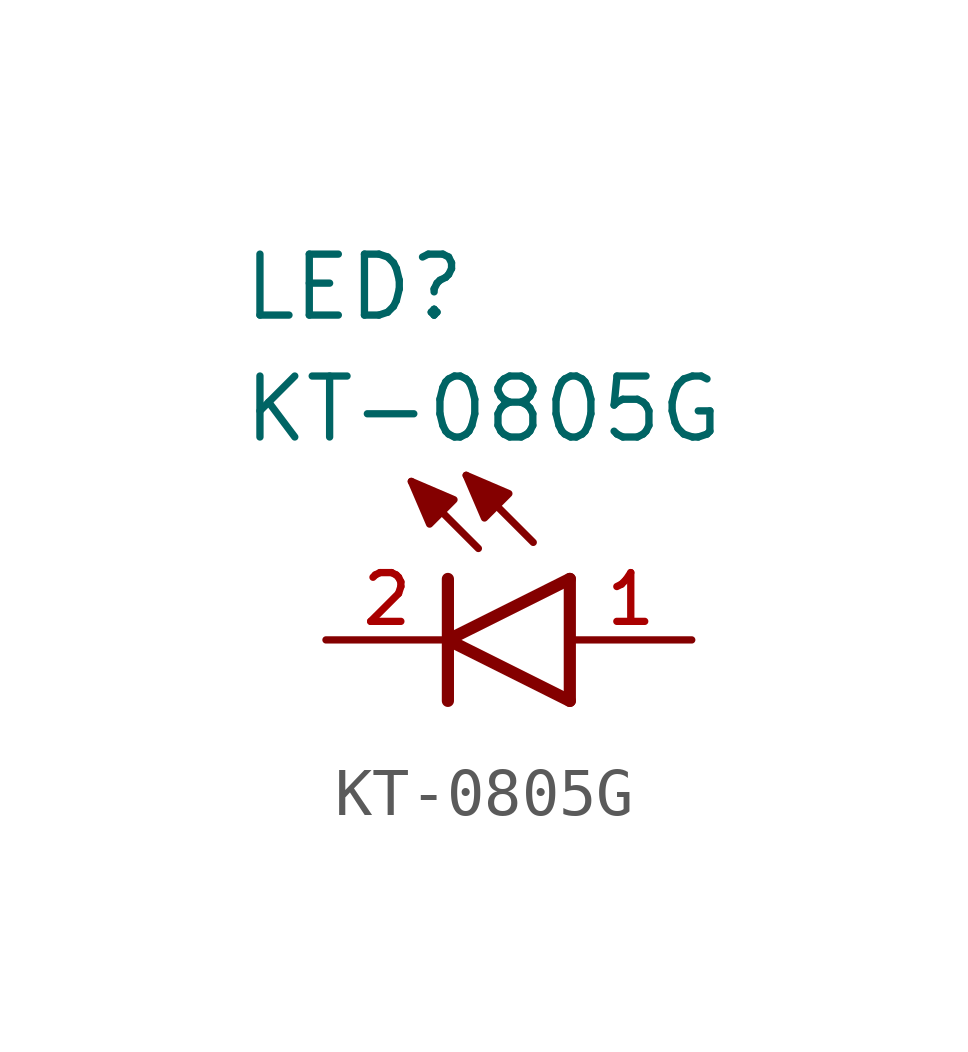
<source format=kicad_sym>
(kicad_symbol_lib
  (version 20241209)
  (generator "kicad_symbol_editor")
  (generator_version "9.0")
  (symbol "KT-0805G"
    (pin_names
      (hide yes))
    (property "Reference" "LED"
      (at -4.318 6.604 0)
      (effects (font (size 1.27 1.27)) (justify left bottom)))
    (property "Value" "KT-0805G"
      (at -4.318 4.064 0)
      (effects (font (size 1.27 1.27)) (justify left bottom)))
    (symbol "KT-0805G_0_0"
      (polyline (pts (xy -0.762 3.302) (xy 0.127 2.921) (xy -0.381 2.413) (xy -0.762 3.302)) (stroke (width 0.152) (type default)) (fill (type outline)))
      (polyline (pts (xy 0 0) (xy 0 1.27)) (stroke (width 0.254) (type default)) (fill (type none)))
      (polyline (pts (xy 0 0) (xy 2.54 1.27)) (stroke (width 0.254) (type default)) (fill (type none)))
      (polyline (pts (xy 0 -1.27) (xy 0 0)) (stroke (width 0.254) (type default)) (fill (type none)))
      (polyline (pts (xy 0.381 3.429) (xy 1.27 3.048) (xy 0.762 2.54) (xy 0.381 3.429)) (stroke (width 0.152) (type default)) (fill (type outline)))
      (polyline (pts (xy 0.635 1.905) (xy -0.762 3.302)) (stroke (width 0.152) (type default)) (fill (type none)))
      (polyline (pts (xy 1.778 2.032) (xy 0.381 3.429)) (stroke (width 0.152) (type default)) (fill (type none)))
      (polyline (pts (xy 2.54 -1.27) (xy 0 0)) (stroke (width 0.254) (type default)) (fill (type none)))
      (polyline (pts (xy 2.54 -1.27) (xy 2.54 1.27)) (stroke (width 0.254) (type default)) (fill (type none))))
    (symbol "KT-0805G_1_0"
      (pin passive line (at -2.54 0 0) (length 2.54) (name "" (effects (font (size 1.016 1.016)))) (number "2" (effects (font (size 1.016 1.016)))))
      (pin passive line (at 5.08 0 180) (length 2.54) (name "" (effects (font (size 1.016 1.016)))) (number "1" (effects (font (size 1.016 1.016))))))))
</source>
